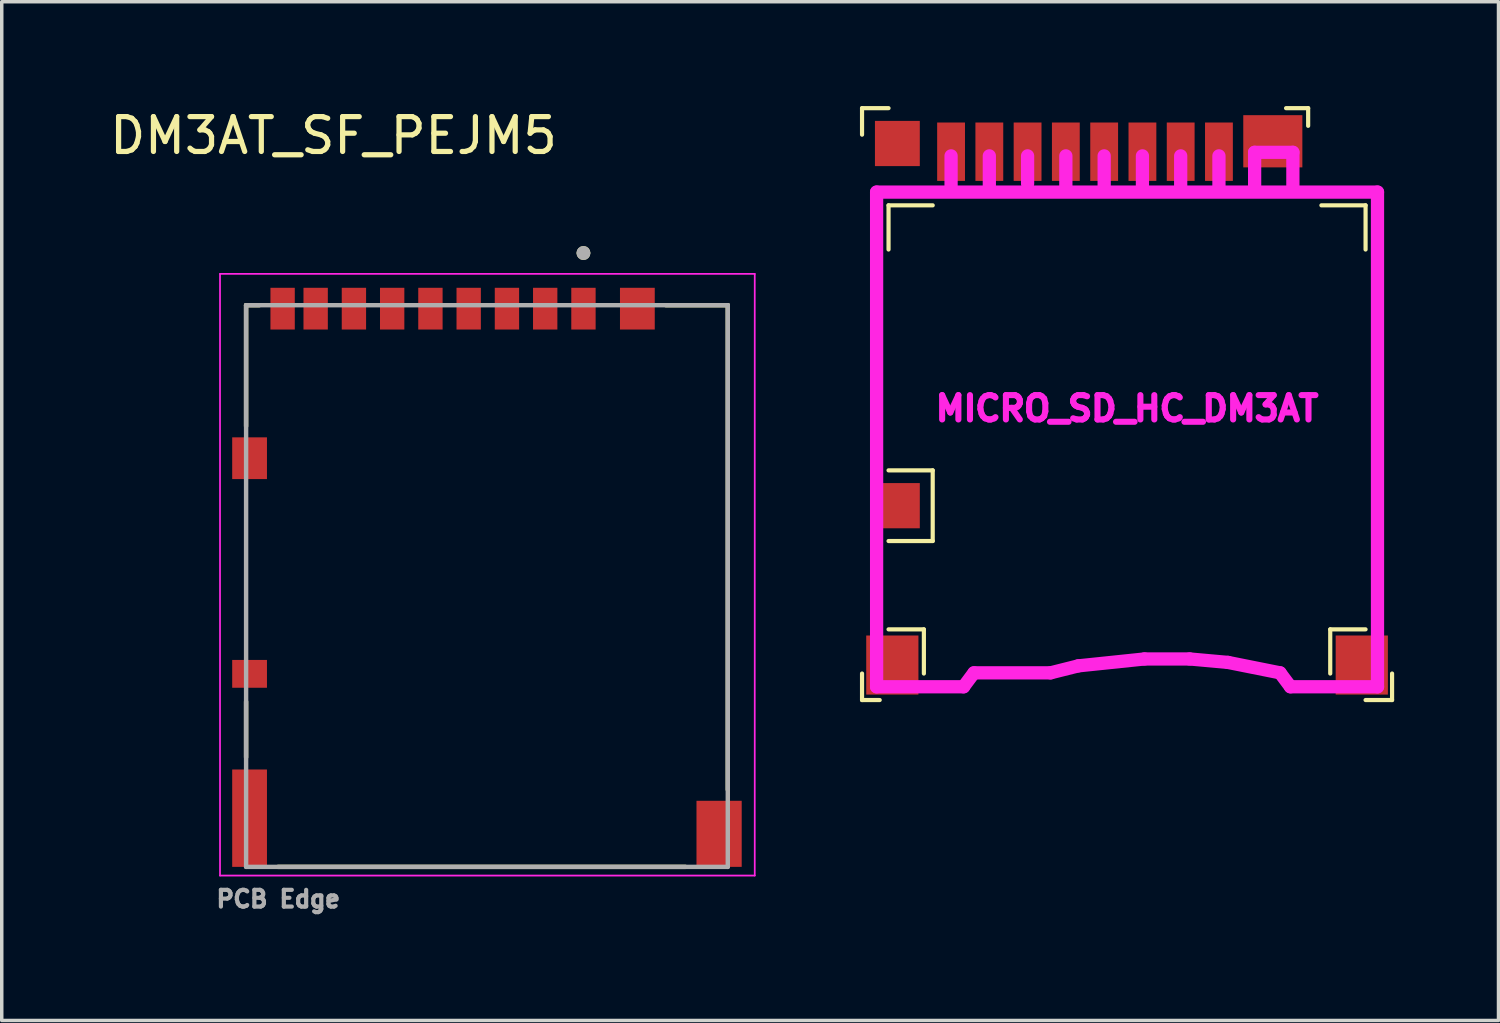
<source format=kicad_pcb>
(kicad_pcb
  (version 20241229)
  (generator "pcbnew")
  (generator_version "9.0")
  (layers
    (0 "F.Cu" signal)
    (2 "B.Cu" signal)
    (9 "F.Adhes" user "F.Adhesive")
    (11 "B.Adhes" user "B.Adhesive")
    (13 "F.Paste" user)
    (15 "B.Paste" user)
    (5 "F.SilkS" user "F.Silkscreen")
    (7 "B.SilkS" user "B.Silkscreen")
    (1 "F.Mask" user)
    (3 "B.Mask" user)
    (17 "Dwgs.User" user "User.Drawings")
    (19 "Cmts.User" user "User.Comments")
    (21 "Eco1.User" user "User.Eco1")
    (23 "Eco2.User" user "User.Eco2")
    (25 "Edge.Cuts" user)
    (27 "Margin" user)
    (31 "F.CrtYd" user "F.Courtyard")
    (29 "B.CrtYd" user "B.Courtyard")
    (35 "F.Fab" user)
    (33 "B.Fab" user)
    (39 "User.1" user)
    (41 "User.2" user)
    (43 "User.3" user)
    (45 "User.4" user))
  (footprint "DM3AT_SF_PEJM5"
    (layer "F.Cu")
    (at 10.951 13.8)
    (property "Reference" "DM3AT_SF_PEJM5" (at -4.412 -12.951 0) (layer "F.SilkS") (effects (font (size 1.002 1.002) (thickness 0.15))))
    (attr smd)
    (fp_line (start -6.925 -8.075) (end -6.545 -8.075) (stroke (width 0.127) (type solid)) (layer "F.SilkS"))
    (fp_line (start -6.925 -4.595) (end -6.925 -8.075) (stroke (width 0.127) (type solid)) (layer "F.SilkS"))
    (fp_line (start -6.925 4.925) (end -6.925 3.325) (stroke (width 0.127) (type solid)) (layer "F.SilkS"))
    (fp_line (start -6.005 8.075) (end 5.705 8.075) (stroke (width 0.127) (type solid)) (layer "F.SilkS"))
    (fp_line (start 5.145 -8.075) (end 6.925 -8.075) (stroke (width 0.127) (type solid)) (layer "F.SilkS"))
    (fp_line (start 6.925 -8.075) (end 6.925 5.855) (stroke (width 0.127) (type solid)) (layer "F.SilkS"))
    (fp_circle (center 2.775 -9.575) (end 2.875 -9.575) (stroke (width 0.2) (type solid)) (fill no) (layer "F.SilkS"))
    (fp_line (start -7.675 -8.975) (end 7.7 -8.975) (stroke (width 0.05) (type solid)) (layer "F.CrtYd"))
    (fp_line (start -7.675 8.325) (end -7.675 -8.975) (stroke (width 0.05) (type solid)) (layer "F.CrtYd"))
    (fp_line (start 7.7 -8.975) (end 7.7 8.325) (stroke (width 0.05) (type solid)) (layer "F.CrtYd"))
    (fp_line (start 7.7 8.325) (end -7.675 8.325) (stroke (width 0.05) (type solid)) (layer "F.CrtYd"))
    (fp_line (start -6.925 -8.075) (end 6.925 -8.075) (stroke (width 0.127) (type solid)) (layer "F.Fab"))
    (fp_line (start -6.925 8.075) (end -6.925 -8.075) (stroke (width 0.127) (type solid)) (layer "F.Fab"))
    (fp_line (start 6.925 -8.075) (end 6.925 8.075) (stroke (width 0.127) (type solid)) (layer "F.Fab"))
    (fp_line (start 6.925 8.075) (end -6.925 8.075) (stroke (width 0.127) (type solid)) (layer "F.Fab"))
    (fp_circle (center 2.775 -9.575) (end 2.875 -9.575) (stroke (width 0.2) (type solid)) (fill no) (layer "F.Fab"))
    (fp_text user "PCB Edge" (at -6 9 0) (layer "F.Fab") (effects (font (size 0.481 0.481) (thickness 0.15))))
    (pad "1" smd rect (at 2.775 -7.975) (size 0.7 1.2) (layers "F.Cu" "F.Mask" "F.Paste"))
    (pad "2" smd rect (at 1.675 -7.975) (size 0.7 1.2) (layers "F.Cu" "F.Mask" "F.Paste"))
    (pad "3" smd rect (at 0.575 -7.975) (size 0.7 1.2) (layers "F.Cu" "F.Mask" "F.Paste"))
    (pad "4" smd rect (at -0.525 -7.975) (size 0.7 1.2) (layers "F.Cu" "F.Mask" "F.Paste"))
    (pad "5" smd rect (at -1.625 -7.975) (size 0.7 1.2) (layers "F.Cu" "F.Mask" "F.Paste"))
    (pad "6" smd rect (at -2.725 -7.975) (size 0.7 1.2) (layers "F.Cu" "F.Mask" "F.Paste"))
    (pad "7" smd rect (at -3.825 -7.975) (size 0.7 1.2) (layers "F.Cu" "F.Mask" "F.Paste"))
    (pad "8" smd rect (at -4.925 -7.975) (size 0.7 1.2) (layers "F.Cu" "F.Mask" "F.Paste"))
    (pad "P1" smd rect (at -6.825 -3.675) (size 1 1.2) (layers "F.Cu" "F.Mask" "F.Paste"))
    (pad "P2" smd rect (at -6.825 6.675) (size 1 2.8) (layers "F.Cu" "F.Mask" "F.Paste"))
    (pad "P3" smd rect (at 6.675 7.125) (size 1.3 1.9) (layers "F.Cu" "F.Mask" "F.Paste"))
    (pad "P4" smd rect (at 4.325 -7.975) (size 1 1.2) (layers "F.Cu" "F.Mask" "F.Paste"))
    (pad "SWA" smd rect (at -6.825 2.525) (size 1 0.8) (layers "F.Cu" "F.Mask" "F.Paste"))
    (pad "SWB" smd rect (at -5.875 -7.975) (size 0.7 1.2) (layers "F.Cu" "F.Mask" "F.Paste"))
    (zone (net_name "") (layer "F.Cu") (hatch full 0.508) (connect_pads) (min_thickness 0.01) (filled_areas_thickness no) (keepout (tracks not_allowed) (vias not_allowed) (pads not_allowed) (copperpour not_allowed) (footprints allowed)) (placement (enabled no)) (fill) (polygon (pts (xy 3.726 6.275) (xy 4.476 6.275) (xy 4.476 9.525) (xy 3.726 9.525))))
    (zone (net_name "") (layer "F.Cu") (hatch full 0.508) (connect_pads) (min_thickness 0.01) (filled_areas_thickness no) (keepout (tracks not_allowed) (vias not_allowed) (pads not_allowed) (copperpour not_allowed) (footprints allowed)) (placement (enabled no)) (fill) (polygon (pts (xy 3.726 10.725) (xy 4.476 10.725) (xy 4.476 14.325) (xy 3.726 14.325))))
    (zone (net_name "") (layer "F.Cu") (hatch full 0.508) (connect_pads) (min_thickness 0.01) (filled_areas_thickness no) (keepout (tracks not_allowed) (vias not_allowed) (pads not_allowed) (copperpour not_allowed) (footprints allowed)) (placement (enabled no)) (fill) (polygon (pts (xy 4.826 12.125) (xy 5.526 12.125) (xy 5.526 19.725) (xy 4.826 19.725))))
    (zone (net_name "") (layer "F.Cu") (hatch full 0.508) (connect_pads) (min_thickness 0.01) (filled_areas_thickness no) (keepout (tracks not_allowed) (vias not_allowed) (pads not_allowed) (copperpour not_allowed) (footprints allowed)) (placement (enabled no)) (fill) (polygon (pts (xy 5.526 10.825) (xy 14.226 10.825) (xy 14.226 12.425) (xy 5.526 12.425))))
    (zone (net_name "") (layer "F.Cu") (hatch full 0.508) (connect_pads) (min_thickness 0.01) (filled_areas_thickness no) (keepout (tracks not_allowed) (vias not_allowed) (pads not_allowed) (copperpour not_allowed) (footprints allowed)) (placement (enabled no)) (fill) (polygon (pts (xy 13.876 20.525) (xy 16.426 20.525) (xy 16.426 21.875) (xy 13.876 21.875)))))
  (footprint "MICRO_SD_HC_DM3AT"
    (layer "F.Cu")
    (at 29.356 8.696)
    (property "Reference" "MICRO_SD_HC_DM3AT" (at 0 0 0) (layer "F.CrtYd") (effects (font (size 0.7 0.7) (thickness 0.175))))
    (attr smd)
    (fp_line (start -7.62 -8.636) (end -7.62 -7.874) (stroke (width 0.12) (type solid)) (layer "F.SilkS"))
    (fp_line (start -7.62 7.62) (end -7.62 8.382) (stroke (width 0.12) (type solid)) (layer "F.SilkS"))
    (fp_line (start -7.62 8.382) (end -7.112 8.382) (stroke (width 0.12) (type solid)) (layer "F.SilkS"))
    (fp_line (start -6.858 -8.636) (end -7.62 -8.636) (stroke (width 0.12) (type solid)) (layer "F.SilkS"))
    (fp_line (start -6.858 -5.842) (end -6.858 -4.572) (stroke (width 0.12) (type solid)) (layer "F.SilkS"))
    (fp_line (start -6.858 -5.842) (end -5.588 -5.842) (stroke (width 0.12) (type solid)) (layer "F.SilkS"))
    (fp_line (start -6.858 3.81) (end -5.588 3.81) (stroke (width 0.12) (type solid)) (layer "F.SilkS"))
    (fp_line (start -6.858 6.35) (end -5.842 6.35) (stroke (width 0.12) (type solid)) (layer "F.SilkS"))
    (fp_line (start -5.842 6.35) (end -5.842 7.62) (stroke (width 0.12) (type solid)) (layer "F.SilkS"))
    (fp_line (start -5.588 1.778) (end -6.858 1.778) (stroke (width 0.12) (type solid)) (layer "F.SilkS"))
    (fp_line (start -5.588 3.81) (end -5.588 1.778) (stroke (width 0.12) (type solid)) (layer "F.SilkS"))
    (fp_line (start 4.572 -8.636) (end 5.207 -8.636) (stroke (width 0.12) (type solid)) (layer "F.SilkS"))
    (fp_line (start 5.207 -8.636) (end 5.207 -8.128) (stroke (width 0.12) (type solid)) (layer "F.SilkS"))
    (fp_line (start 5.842 6.35) (end 6.858 6.35) (stroke (width 0.12) (type solid)) (layer "F.SilkS"))
    (fp_line (start 5.842 7.62) (end 5.842 6.35) (stroke (width 0.12) (type solid)) (layer "F.SilkS"))
    (fp_line (start 6.858 -5.842) (end 5.588 -5.842) (stroke (width 0.12) (type solid)) (layer "F.SilkS"))
    (fp_line (start 6.858 -5.842) (end 6.858 -4.572) (stroke (width 0.12) (type solid)) (layer "F.SilkS"))
    (fp_line (start 7.62 8.382) (end 6.858 8.382) (stroke (width 0.12) (type solid)) (layer "F.SilkS"))
    (fp_line (start 7.62 8.382) (end 7.62 7.62) (stroke (width 0.12) (type solid)) (layer "F.SilkS"))
    (fp_line (start -7.201 -6.223) (end -7.201 8.001) (stroke (width 0.381) (type solid)) (layer "F.CrtYd"))
    (fp_line (start -5.06 -6.365) (end -5.06 -7.264) (stroke (width 0.381) (type solid)) (layer "F.CrtYd"))
    (fp_line (start -4.699 8.001) (end -7.201 8.001) (stroke (width 0.381) (type solid)) (layer "F.CrtYd"))
    (fp_line (start -4.402 7.6) (end -4.702 8.001) (stroke (width 0.381) (type solid)) (layer "F.CrtYd"))
    (fp_line (start -3.96 -7.264) (end -3.96 -6.365) (stroke (width 0.381) (type solid)) (layer "F.CrtYd"))
    (fp_line (start -2.86 -7.264) (end -2.86 -6.464) (stroke (width 0.381) (type solid)) (layer "F.CrtYd"))
    (fp_line (start -2.2 7.6) (end -4.399 7.6) (stroke (width 0.381) (type solid)) (layer "F.CrtYd"))
    (fp_line (start -2.2 7.6) (end -1.4 7.399) (stroke (width 0.381) (type solid)) (layer "F.CrtYd"))
    (fp_line (start -1.76 -7.264) (end -1.76 -6.365) (stroke (width 0.381) (type solid)) (layer "F.CrtYd"))
    (fp_line (start -1.4 7.399) (end 0.5 7.201) (stroke (width 0.381) (type solid)) (layer "F.CrtYd"))
    (fp_line (start -0.658 -7.264) (end -0.658 -6.365) (stroke (width 0.381) (type solid)) (layer "F.CrtYd"))
    (fp_line (start 0.442 -7.264) (end 0.442 -6.365) (stroke (width 0.381) (type solid)) (layer "F.CrtYd"))
    (fp_line (start 0.5 7.201) (end 1.801 7.201) (stroke (width 0.381) (type solid)) (layer "F.CrtYd"))
    (fp_line (start 1.542 -7.264) (end 1.542 -6.365) (stroke (width 0.381) (type solid)) (layer "F.CrtYd"))
    (fp_line (start 1.801 7.201) (end 2.901 7.3) (stroke (width 0.381) (type solid)) (layer "F.CrtYd"))
    (fp_line (start 2.642 -7.264) (end 2.642 -6.365) (stroke (width 0.381) (type solid)) (layer "F.CrtYd"))
    (fp_line (start 2.901 7.3) (end 4.399 7.6) (stroke (width 0.381) (type solid)) (layer "F.CrtYd"))
    (fp_line (start 3.668 -6.365) (end 3.668 -7.366) (stroke (width 0.381) (type solid)) (layer "F.CrtYd"))
    (fp_line (start 4.699 8.001) (end 4.399 7.6) (stroke (width 0.381) (type solid)) (layer "F.CrtYd"))
    (fp_line (start 4.699 8.001) (end 7.201 8.001) (stroke (width 0.381) (type solid)) (layer "F.CrtYd"))
    (fp_line (start 4.768 -7.366) (end 3.668 -7.366) (stroke (width 0.381) (type solid)) (layer "F.CrtYd"))
    (fp_line (start 4.768 -7.366) (end 4.768 -6.365) (stroke (width 0.381) (type solid)) (layer "F.CrtYd"))
    (fp_line (start 7.201 -6.223) (end -7.201 -6.223) (stroke (width 0.381) (type solid)) (layer "F.CrtYd"))
    (fp_line (start 7.201 8.001) (end 7.201 -6.223) (stroke (width 0.381) (type solid)) (layer "F.CrtYd"))
    (pad "" smd rect (at -6.749 7.376) (size 1.501 1.699) (layers "F.Cu" "F.Mask" "F.Paste"))
    (pad "" smd rect (at 6.749 7.376) (size 1.501 1.699) (layers "F.Cu" "F.Mask" "F.Paste"))
    (pad "1" smd rect (at 2.642 -7.384) (size 0.8 1.679) (layers "F.Cu" "F.Mask" "F.Paste"))
    (pad "2" smd rect (at 1.542 -7.384) (size 0.8 1.679) (layers "F.Cu" "F.Mask" "F.Paste"))
    (pad "3" smd rect (at 0.442 -7.384) (size 0.8 1.679) (layers "F.Cu" "F.Mask" "F.Paste"))
    (pad "4" smd rect (at -0.658 -7.384) (size 0.8 1.679) (layers "F.Cu" "F.Mask" "F.Paste"))
    (pad "5" smd rect (at -1.76 -7.384) (size 0.8 1.679) (layers "F.Cu" "F.Mask" "F.Paste"))
    (pad "6" smd rect (at -2.86 -7.384) (size 0.8 1.679) (layers "F.Cu" "F.Mask" "F.Paste"))
    (pad "7" smd rect (at -3.96 -7.384) (size 0.8 1.679) (layers "F.Cu" "F.Mask" "F.Paste"))
    (pad "8" smd rect (at -5.06 -7.384) (size 0.8 1.679) (layers "F.Cu" "F.Mask" "F.Paste"))
    (pad "9" smd rect (at -6.604 -7.62) (size 1.29 1.3) (layers "F.Cu" "F.Mask" "F.Paste"))
    (pad "10" smd rect (at -6.604 2.794) (size 1.29 1.3) (layers "F.Cu" "F.Mask" "F.Paste"))
    (pad "11" smd rect (at 4.191 -7.684) (size 1.699 1.501) (layers "F.Cu" "F.Mask" "F.Paste")))
  (gr_rect
    (start -3 -3)
    (end 40.036 26.292)
    (stroke (width 0.1) (type default))
    (fill no)
    (layer "Edge.Cuts")))
</source>
